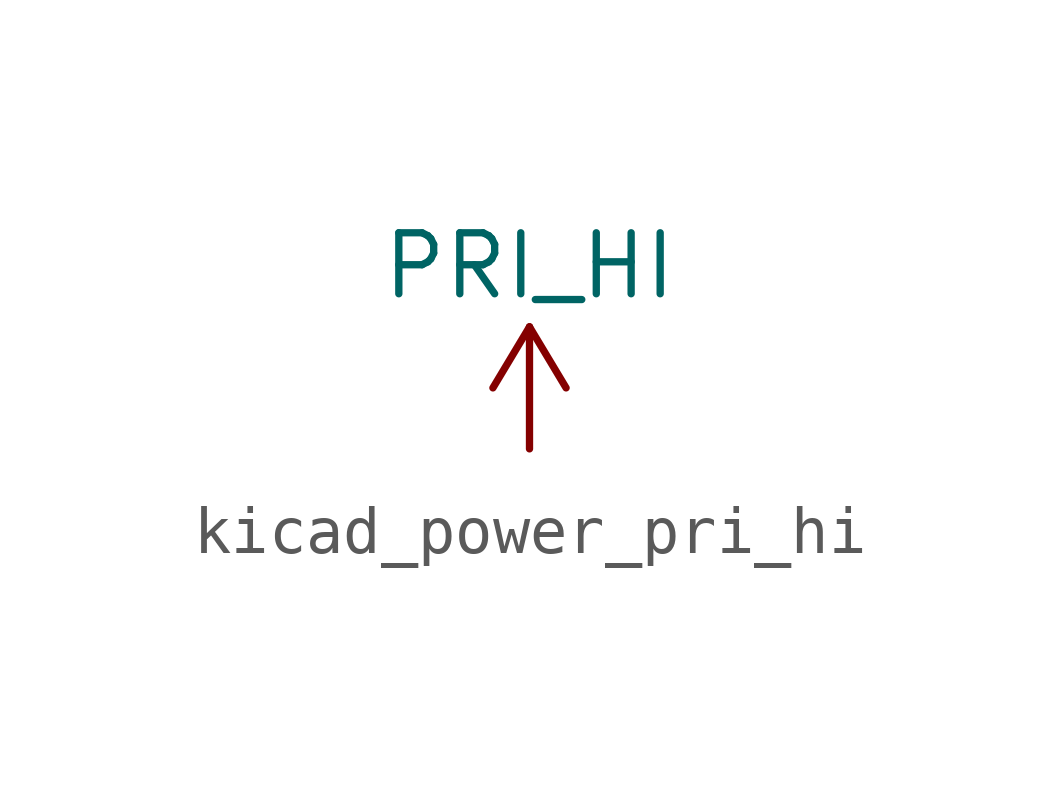
<source format=kicad_sym>
(kicad_symbol_lib
  (version 20220914)
  (generator kicad_symbol_editor)
  (symbol "kicad_power_pri_hi"
    (power)
    (pin_names
      (offset 0))
    (property "Reference" "#PWR"
      (at 0 -3.81 0)
      (effects (font (size 1.27 1.27)) hide))
    (property "Value" "PRI_HI"
      (at 0 3.81 0)
      (effects (font (size 1.27 1.27))))
    (symbol "kicad_power_pri_hi_0_1"
      (polyline (pts (xy -0.762 1.27) (xy 0 2.54)) (stroke (width 0) (type default)) (fill (type none)))
      (polyline (pts (xy 0 0) (xy 0 2.54)) (stroke (width 0) (type default)) (fill (type none)))
      (polyline (pts (xy 0 2.54) (xy 0.762 1.27)) (stroke (width 0) (type default)) (fill (type none))))
    (symbol "kicad_power_pri_hi_1_1"
      (pin power_in line (at 0 0 90) (length 0) hide (name "PRI_HI" (effects (font (size 1.27 1.27)))) (number "1" (effects (font (size 1.27 1.27))))))))
</source>
